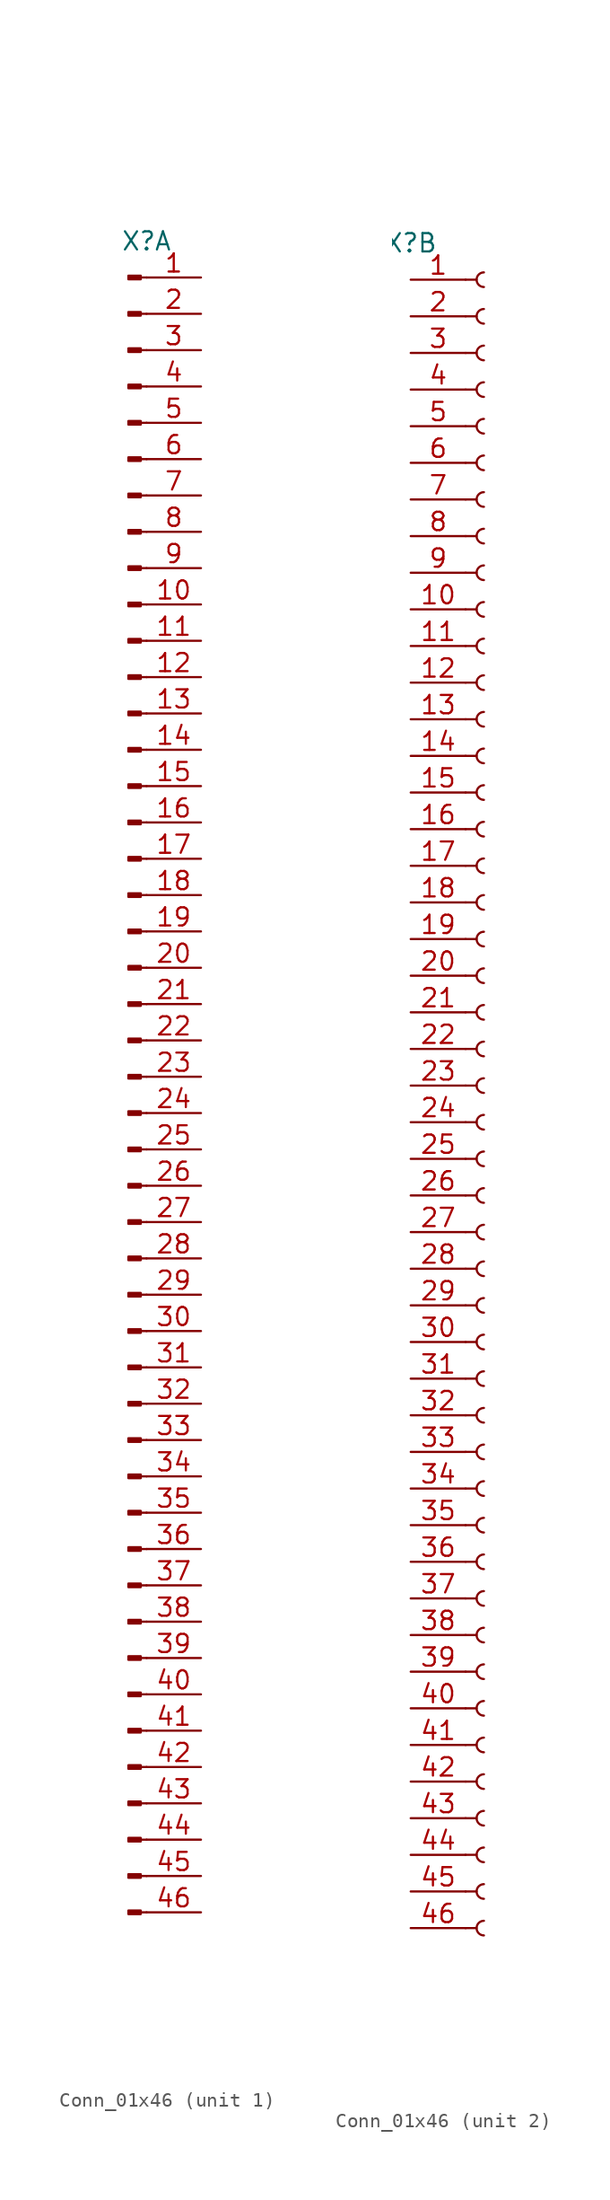
<source format=kicad_sym>
(kicad_symbol_lib
  (version 20241209)
  (generator "kicad_symbol_editor")
  (generator_version "9.0")
  (symbol "Conn_01x46"
    (pin_names
      (offset 1.016)
      (hide yes))
    (property "Reference" "X"
      (at 0 58.42 0)
      (effects (font (size 1.27 1.27))))
    (property "ki_locked" ""
      (at 0 0 0)
      (effects (font (size 1.27 1.27))))
    (symbol "Conn_01x46_1_1"
      (rectangle (start -0.406 56.007) (end -1.27 55.753) (stroke (width 0.152) (type default)) (fill (type outline)))
      (rectangle (start -0.406 53.467) (end -1.27 53.213) (stroke (width 0.152) (type default)) (fill (type outline)))
      (rectangle (start -0.406 50.927) (end -1.27 50.673) (stroke (width 0.152) (type default)) (fill (type outline)))
      (rectangle (start -0.406 48.387) (end -1.27 48.133) (stroke (width 0.152) (type default)) (fill (type outline)))
      (rectangle (start -0.406 45.847) (end -1.27 45.593) (stroke (width 0.152) (type default)) (fill (type outline)))
      (rectangle (start -0.406 43.307) (end -1.27 43.053) (stroke (width 0.152) (type default)) (fill (type outline)))
      (rectangle (start -0.406 40.767) (end -1.27 40.513) (stroke (width 0.152) (type default)) (fill (type outline)))
      (rectangle (start -0.406 38.227) (end -1.27 37.973) (stroke (width 0.152) (type default)) (fill (type outline)))
      (rectangle (start -0.406 35.687) (end -1.27 35.433) (stroke (width 0.152) (type default)) (fill (type outline)))
      (rectangle (start -0.406 33.147) (end -1.27 32.893) (stroke (width 0.152) (type default)) (fill (type outline)))
      (rectangle (start -0.406 30.607) (end -1.27 30.353) (stroke (width 0.152) (type default)) (fill (type outline)))
      (rectangle (start -0.406 28.067) (end -1.27 27.813) (stroke (width 0.152) (type default)) (fill (type outline)))
      (rectangle (start -0.406 25.527) (end -1.27 25.273) (stroke (width 0.152) (type default)) (fill (type outline)))
      (rectangle (start -0.406 22.987) (end -1.27 22.733) (stroke (width 0.152) (type default)) (fill (type outline)))
      (rectangle (start -0.406 20.447) (end -1.27 20.193) (stroke (width 0.152) (type default)) (fill (type outline)))
      (rectangle (start -0.406 17.907) (end -1.27 17.653) (stroke (width 0.152) (type default)) (fill (type outline)))
      (rectangle (start -0.406 15.367) (end -1.27 15.113) (stroke (width 0.152) (type default)) (fill (type outline)))
      (rectangle (start -0.406 12.827) (end -1.27 12.573) (stroke (width 0.152) (type default)) (fill (type outline)))
      (rectangle (start -0.406 10.287) (end -1.27 10.033) (stroke (width 0.152) (type default)) (fill (type outline)))
      (rectangle (start -0.406 7.747) (end -1.27 7.493) (stroke (width 0.152) (type default)) (fill (type outline)))
      (rectangle (start -0.406 5.207) (end -1.27 4.953) (stroke (width 0.152) (type default)) (fill (type outline)))
      (rectangle (start -0.406 2.667) (end -1.27 2.413) (stroke (width 0.152) (type default)) (fill (type outline)))
      (rectangle (start -0.406 0.127) (end -1.27 -0.127) (stroke (width 0.152) (type default)) (fill (type outline)))
      (rectangle (start -0.406 -2.413) (end -1.27 -2.667) (stroke (width 0.152) (type default)) (fill (type outline)))
      (rectangle (start -0.406 -4.953) (end -1.27 -5.207) (stroke (width 0.152) (type default)) (fill (type outline)))
      (rectangle (start -0.406 -7.493) (end -1.27 -7.747) (stroke (width 0.152) (type default)) (fill (type outline)))
      (rectangle (start -0.406 -10.033) (end -1.27 -10.287) (stroke (width 0.152) (type default)) (fill (type outline)))
      (rectangle (start -0.406 -12.573) (end -1.27 -12.827) (stroke (width 0.152) (type default)) (fill (type outline)))
      (rectangle (start -0.406 -15.113) (end -1.27 -15.367) (stroke (width 0.152) (type default)) (fill (type outline)))
      (rectangle (start -0.406 -17.653) (end -1.27 -17.907) (stroke (width 0.152) (type default)) (fill (type outline)))
      (rectangle (start -0.406 -20.193) (end -1.27 -20.447) (stroke (width 0.152) (type default)) (fill (type outline)))
      (rectangle (start -0.406 -22.733) (end -1.27 -22.987) (stroke (width 0.152) (type default)) (fill (type outline)))
      (rectangle (start -0.406 -25.273) (end -1.27 -25.527) (stroke (width 0.152) (type default)) (fill (type outline)))
      (rectangle (start -0.406 -27.813) (end -1.27 -28.067) (stroke (width 0.152) (type default)) (fill (type outline)))
      (rectangle (start -0.406 -30.353) (end -1.27 -30.607) (stroke (width 0.152) (type default)) (fill (type outline)))
      (rectangle (start -0.406 -32.893) (end -1.27 -33.147) (stroke (width 0.152) (type default)) (fill (type outline)))
      (rectangle (start -0.406 -35.433) (end -1.27 -35.687) (stroke (width 0.152) (type default)) (fill (type outline)))
      (rectangle (start -0.406 -37.973) (end -1.27 -38.227) (stroke (width 0.152) (type default)) (fill (type outline)))
      (rectangle (start -0.406 -40.513) (end -1.27 -40.767) (stroke (width 0.152) (type default)) (fill (type outline)))
      (rectangle (start -0.406 -43.053) (end -1.27 -43.307) (stroke (width 0.152) (type default)) (fill (type outline)))
      (rectangle (start -0.406 -45.593) (end -1.27 -45.847) (stroke (width 0.152) (type default)) (fill (type outline)))
      (rectangle (start -0.406 -48.133) (end -1.27 -48.387) (stroke (width 0.152) (type default)) (fill (type outline)))
      (rectangle (start -0.406 -50.673) (end -1.27 -50.927) (stroke (width 0.152) (type default)) (fill (type outline)))
      (rectangle (start -0.406 -53.213) (end -1.27 -53.467) (stroke (width 0.152) (type default)) (fill (type outline)))
      (rectangle (start -0.406 -55.753) (end -1.27 -56.007) (stroke (width 0.152) (type default)) (fill (type outline)))
      (rectangle (start -0.406 -58.293) (end -1.27 -58.547) (stroke (width 0.152) (type default)) (fill (type outline)))
      (polyline (pts (xy 0 55.88) (xy -0.406 55.88)) (stroke (width 0.152) (type default)) (fill (type none)))
      (polyline (pts (xy 0 53.34) (xy -0.406 53.34)) (stroke (width 0.152) (type default)) (fill (type none)))
      (polyline (pts (xy 0 50.8) (xy -0.406 50.8)) (stroke (width 0.152) (type default)) (fill (type none)))
      (polyline (pts (xy 0 48.26) (xy -0.406 48.26)) (stroke (width 0.152) (type default)) (fill (type none)))
      (polyline (pts (xy 0 45.72) (xy -0.406 45.72)) (stroke (width 0.152) (type default)) (fill (type none)))
      (polyline (pts (xy 0 43.18) (xy -0.406 43.18)) (stroke (width 0.152) (type default)) (fill (type none)))
      (polyline (pts (xy 0 40.64) (xy -0.406 40.64)) (stroke (width 0.152) (type default)) (fill (type none)))
      (polyline (pts (xy 0 38.1) (xy -0.406 38.1)) (stroke (width 0.152) (type default)) (fill (type none)))
      (polyline (pts (xy 0 35.56) (xy -0.406 35.56)) (stroke (width 0.152) (type default)) (fill (type none)))
      (polyline (pts (xy 0 33.02) (xy -0.406 33.02)) (stroke (width 0.152) (type default)) (fill (type none)))
      (polyline (pts (xy 0 30.48) (xy -0.406 30.48)) (stroke (width 0.152) (type default)) (fill (type none)))
      (polyline (pts (xy 0 27.94) (xy -0.406 27.94)) (stroke (width 0.152) (type default)) (fill (type none)))
      (polyline (pts (xy 0 25.4) (xy -0.406 25.4)) (stroke (width 0.152) (type default)) (fill (type none)))
      (polyline (pts (xy 0 22.86) (xy -0.406 22.86)) (stroke (width 0.152) (type default)) (fill (type none)))
      (polyline (pts (xy 0 20.32) (xy -0.406 20.32)) (stroke (width 0.152) (type default)) (fill (type none)))
      (polyline (pts (xy 0 17.78) (xy -0.406 17.78)) (stroke (width 0.152) (type default)) (fill (type none)))
      (polyline (pts (xy 0 15.24) (xy -0.406 15.24)) (stroke (width 0.152) (type default)) (fill (type none)))
      (polyline (pts (xy 0 12.7) (xy -0.406 12.7)) (stroke (width 0.152) (type default)) (fill (type none)))
      (polyline (pts (xy 0 10.16) (xy -0.406 10.16)) (stroke (width 0.152) (type default)) (fill (type none)))
      (polyline (pts (xy 0 7.62) (xy -0.406 7.62)) (stroke (width 0.152) (type default)) (fill (type none)))
      (polyline (pts (xy 0 5.08) (xy -0.406 5.08)) (stroke (width 0.152) (type default)) (fill (type none)))
      (polyline (pts (xy 0 2.54) (xy -0.406 2.54)) (stroke (width 0.152) (type default)) (fill (type none)))
      (polyline (pts (xy 0 0) (xy -0.406 0)) (stroke (width 0.152) (type default)) (fill (type none)))
      (polyline (pts (xy 0 -2.54) (xy -0.406 -2.54)) (stroke (width 0.152) (type default)) (fill (type none)))
      (polyline (pts (xy 0 -5.08) (xy -0.406 -5.08)) (stroke (width 0.152) (type default)) (fill (type none)))
      (polyline (pts (xy 0 -7.62) (xy -0.406 -7.62)) (stroke (width 0.152) (type default)) (fill (type none)))
      (polyline (pts (xy 0 -10.16) (xy -0.406 -10.16)) (stroke (width 0.152) (type default)) (fill (type none)))
      (polyline (pts (xy 0 -12.7) (xy -0.406 -12.7)) (stroke (width 0.152) (type default)) (fill (type none)))
      (polyline (pts (xy 0 -15.24) (xy -0.406 -15.24)) (stroke (width 0.152) (type default)) (fill (type none)))
      (polyline (pts (xy 0 -17.78) (xy -0.406 -17.78)) (stroke (width 0.152) (type default)) (fill (type none)))
      (polyline (pts (xy 0 -20.32) (xy -0.406 -20.32)) (stroke (width 0.152) (type default)) (fill (type none)))
      (polyline (pts (xy 0 -22.86) (xy -0.406 -22.86)) (stroke (width 0.152) (type default)) (fill (type none)))
      (polyline (pts (xy 0 -25.4) (xy -0.406 -25.4)) (stroke (width 0.152) (type default)) (fill (type none)))
      (polyline (pts (xy 0 -27.94) (xy -0.406 -27.94)) (stroke (width 0.152) (type default)) (fill (type none)))
      (polyline (pts (xy 0 -30.48) (xy -0.406 -30.48)) (stroke (width 0.152) (type default)) (fill (type none)))
      (polyline (pts (xy 0 -33.02) (xy -0.406 -33.02)) (stroke (width 0.152) (type default)) (fill (type none)))
      (polyline (pts (xy 0 -35.56) (xy -0.406 -35.56)) (stroke (width 0.152) (type default)) (fill (type none)))
      (polyline (pts (xy 0 -38.1) (xy -0.406 -38.1)) (stroke (width 0.152) (type default)) (fill (type none)))
      (polyline (pts (xy 0 -40.64) (xy -0.406 -40.64)) (stroke (width 0.152) (type default)) (fill (type none)))
      (polyline (pts (xy 0 -43.18) (xy -0.406 -43.18)) (stroke (width 0.152) (type default)) (fill (type none)))
      (polyline (pts (xy 0 -45.72) (xy -0.406 -45.72)) (stroke (width 0.152) (type default)) (fill (type none)))
      (polyline (pts (xy 0 -48.26) (xy -0.406 -48.26)) (stroke (width 0.152) (type default)) (fill (type none)))
      (polyline (pts (xy 0 -50.8) (xy -0.406 -50.8)) (stroke (width 0.152) (type default)) (fill (type none)))
      (polyline (pts (xy 0 -53.34) (xy -0.406 -53.34)) (stroke (width 0.152) (type default)) (fill (type none)))
      (polyline (pts (xy 0 -55.88) (xy -0.406 -55.88)) (stroke (width 0.152) (type default)) (fill (type none)))
      (polyline (pts (xy 0 -58.42) (xy -0.406 -58.42)) (stroke (width 0.152) (type default)) (fill (type none)))
      (pin passive line (at 3.81 55.88 180) (length 3.81) (name "Pin_1" (effects (font (size 1.27 1.27)))) (number "1" (effects (font (size 1.27 1.27)))))
      (pin passive line (at 3.81 53.34 180) (length 3.81) (name "Pin_2" (effects (font (size 1.27 1.27)))) (number "2" (effects (font (size 1.27 1.27)))))
      (pin passive line (at 3.81 50.8 180) (length 3.81) (name "Pin_3" (effects (font (size 1.27 1.27)))) (number "3" (effects (font (size 1.27 1.27)))))
      (pin passive line (at 3.81 48.26 180) (length 3.81) (name "Pin_4" (effects (font (size 1.27 1.27)))) (number "4" (effects (font (size 1.27 1.27)))))
      (pin passive line (at 3.81 45.72 180) (length 3.81) (name "Pin_5" (effects (font (size 1.27 1.27)))) (number "5" (effects (font (size 1.27 1.27)))))
      (pin passive line (at 3.81 43.18 180) (length 3.81) (name "Pin_6" (effects (font (size 1.27 1.27)))) (number "6" (effects (font (size 1.27 1.27)))))
      (pin passive line (at 3.81 40.64 180) (length 3.81) (name "Pin_7" (effects (font (size 1.27 1.27)))) (number "7" (effects (font (size 1.27 1.27)))))
      (pin passive line (at 3.81 38.1 180) (length 3.81) (name "Pin_8" (effects (font (size 1.27 1.27)))) (number "8" (effects (font (size 1.27 1.27)))))
      (pin passive line (at 3.81 35.56 180) (length 3.81) (name "Pin_9" (effects (font (size 1.27 1.27)))) (number "9" (effects (font (size 1.27 1.27)))))
      (pin passive line (at 3.81 33.02 180) (length 3.81) (name "Pin_10" (effects (font (size 1.27 1.27)))) (number "10" (effects (font (size 1.27 1.27)))))
      (pin passive line (at 3.81 30.48 180) (length 3.81) (name "Pin_11" (effects (font (size 1.27 1.27)))) (number "11" (effects (font (size 1.27 1.27)))))
      (pin passive line (at 3.81 27.94 180) (length 3.81) (name "Pin_12" (effects (font (size 1.27 1.27)))) (number "12" (effects (font (size 1.27 1.27)))))
      (pin passive line (at 3.81 25.4 180) (length 3.81) (name "Pin_13" (effects (font (size 1.27 1.27)))) (number "13" (effects (font (size 1.27 1.27)))))
      (pin passive line (at 3.81 22.86 180) (length 3.81) (name "Pin_14" (effects (font (size 1.27 1.27)))) (number "14" (effects (font (size 1.27 1.27)))))
      (pin passive line (at 3.81 20.32 180) (length 3.81) (name "Pin_15" (effects (font (size 1.27 1.27)))) (number "15" (effects (font (size 1.27 1.27)))))
      (pin passive line (at 3.81 17.78 180) (length 3.81) (name "Pin_16" (effects (font (size 1.27 1.27)))) (number "16" (effects (font (size 1.27 1.27)))))
      (pin passive line (at 3.81 15.24 180) (length 3.81) (name "Pin_17" (effects (font (size 1.27 1.27)))) (number "17" (effects (font (size 1.27 1.27)))))
      (pin passive line (at 3.81 12.7 180) (length 3.81) (name "Pin_18" (effects (font (size 1.27 1.27)))) (number "18" (effects (font (size 1.27 1.27)))))
      (pin passive line (at 3.81 10.16 180) (length 3.81) (name "Pin_19" (effects (font (size 1.27 1.27)))) (number "19" (effects (font (size 1.27 1.27)))))
      (pin passive line (at 3.81 7.62 180) (length 3.81) (name "Pin_20" (effects (font (size 1.27 1.27)))) (number "20" (effects (font (size 1.27 1.27)))))
      (pin passive line (at 3.81 5.08 180) (length 3.81) (name "Pin_21" (effects (font (size 1.27 1.27)))) (number "21" (effects (font (size 1.27 1.27)))))
      (pin passive line (at 3.81 2.54 180) (length 3.81) (name "Pin_22" (effects (font (size 1.27 1.27)))) (number "22" (effects (font (size 1.27 1.27)))))
      (pin passive line (at 3.81 0 180) (length 3.81) (name "Pin_23" (effects (font (size 1.27 1.27)))) (number "23" (effects (font (size 1.27 1.27)))))
      (pin passive line (at 3.81 -2.54 180) (length 3.81) (name "Pin_24" (effects (font (size 1.27 1.27)))) (number "24" (effects (font (size 1.27 1.27)))))
      (pin passive line (at 3.81 -5.08 180) (length 3.81) (name "Pin_25" (effects (font (size 1.27 1.27)))) (number "25" (effects (font (size 1.27 1.27)))))
      (pin passive line (at 3.81 -7.62 180) (length 3.81) (name "Pin_26" (effects (font (size 1.27 1.27)))) (number "26" (effects (font (size 1.27 1.27)))))
      (pin passive line (at 3.81 -10.16 180) (length 3.81) (name "Pin_27" (effects (font (size 1.27 1.27)))) (number "27" (effects (font (size 1.27 1.27)))))
      (pin passive line (at 3.81 -12.7 180) (length 3.81) (name "Pin_28" (effects (font (size 1.27 1.27)))) (number "28" (effects (font (size 1.27 1.27)))))
      (pin passive line (at 3.81 -15.24 180) (length 3.81) (name "Pin_29" (effects (font (size 1.27 1.27)))) (number "29" (effects (font (size 1.27 1.27)))))
      (pin passive line (at 3.81 -17.78 180) (length 3.81) (name "Pin_30" (effects (font (size 1.27 1.27)))) (number "30" (effects (font (size 1.27 1.27)))))
      (pin passive line (at 3.81 -20.32 180) (length 3.81) (name "Pin_31" (effects (font (size 1.27 1.27)))) (number "31" (effects (font (size 1.27 1.27)))))
      (pin passive line (at 3.81 -22.86 180) (length 3.81) (name "Pin_32" (effects (font (size 1.27 1.27)))) (number "32" (effects (font (size 1.27 1.27)))))
      (pin passive line (at 3.81 -25.4 180) (length 3.81) (name "Pin_33" (effects (font (size 1.27 1.27)))) (number "33" (effects (font (size 1.27 1.27)))))
      (pin passive line (at 3.81 -27.94 180) (length 3.81) (name "Pin_34" (effects (font (size 1.27 1.27)))) (number "34" (effects (font (size 1.27 1.27)))))
      (pin passive line (at 3.81 -30.48 180) (length 3.81) (name "Pin_35" (effects (font (size 1.27 1.27)))) (number "35" (effects (font (size 1.27 1.27)))))
      (pin passive line (at 3.81 -33.02 180) (length 3.81) (name "Pin_36" (effects (font (size 1.27 1.27)))) (number "36" (effects (font (size 1.27 1.27)))))
      (pin passive line (at 3.81 -35.56 180) (length 3.81) (name "Pin_37" (effects (font (size 1.27 1.27)))) (number "37" (effects (font (size 1.27 1.27)))))
      (pin passive line (at 3.81 -38.1 180) (length 3.81) (name "Pin_38" (effects (font (size 1.27 1.27)))) (number "38" (effects (font (size 1.27 1.27)))))
      (pin passive line (at 3.81 -40.64 180) (length 3.81) (name "Pin_39" (effects (font (size 1.27 1.27)))) (number "39" (effects (font (size 1.27 1.27)))))
      (pin passive line (at 3.81 -43.18 180) (length 3.81) (name "Pin_40" (effects (font (size 1.27 1.27)))) (number "40" (effects (font (size 1.27 1.27)))))
      (pin passive line (at 3.81 -45.72 180) (length 3.81) (name "Pin_41" (effects (font (size 1.27 1.27)))) (number "41" (effects (font (size 1.27 1.27)))))
      (pin passive line (at 3.81 -48.26 180) (length 3.81) (name "Pin_42" (effects (font (size 1.27 1.27)))) (number "42" (effects (font (size 1.27 1.27)))))
      (pin passive line (at 3.81 -50.8 180) (length 3.81) (name "Pin_43" (effects (font (size 1.27 1.27)))) (number "43" (effects (font (size 1.27 1.27)))))
      (pin passive line (at 3.81 -53.34 180) (length 3.81) (name "Pin_44" (effects (font (size 1.27 1.27)))) (number "44" (effects (font (size 1.27 1.27)))))
      (pin passive line (at 3.81 -55.88 180) (length 3.81) (name "Pin_45" (effects (font (size 1.27 1.27)))) (number "45" (effects (font (size 1.27 1.27)))))
      (pin passive line (at 3.81 -58.42 180) (length 3.81) (name "Pin_46" (effects (font (size 1.27 1.27)))) (number "46" (effects (font (size 1.27 1.27))))))
    (symbol "Conn_01x46_2_1"
      (polyline (pts (xy 3.81 55.88) (xy 4.572 55.88)) (stroke (width 0.152) (type default)) (fill (type none)))
      (polyline (pts (xy 3.81 53.34) (xy 4.572 53.34)) (stroke (width 0.152) (type default)) (fill (type none)))
      (polyline (pts (xy 3.81 50.8) (xy 4.572 50.8)) (stroke (width 0.152) (type default)) (fill (type none)))
      (polyline (pts (xy 3.81 48.26) (xy 4.572 48.26)) (stroke (width 0.152) (type default)) (fill (type none)))
      (polyline (pts (xy 3.81 45.72) (xy 4.572 45.72)) (stroke (width 0.152) (type default)) (fill (type none)))
      (polyline (pts (xy 3.81 43.18) (xy 4.572 43.18)) (stroke (width 0.152) (type default)) (fill (type none)))
      (polyline (pts (xy 3.81 40.64) (xy 4.572 40.64)) (stroke (width 0.152) (type default)) (fill (type none)))
      (polyline (pts (xy 3.81 38.1) (xy 4.572 38.1)) (stroke (width 0.152) (type default)) (fill (type none)))
      (polyline (pts (xy 3.81 35.56) (xy 4.572 35.56)) (stroke (width 0.152) (type default)) (fill (type none)))
      (polyline (pts (xy 3.81 33.02) (xy 4.572 33.02)) (stroke (width 0.152) (type default)) (fill (type none)))
      (polyline (pts (xy 3.81 30.48) (xy 4.572 30.48)) (stroke (width 0.152) (type default)) (fill (type none)))
      (polyline (pts (xy 3.81 27.94) (xy 4.572 27.94)) (stroke (width 0.152) (type default)) (fill (type none)))
      (polyline (pts (xy 3.81 25.4) (xy 4.572 25.4)) (stroke (width 0.152) (type default)) (fill (type none)))
      (polyline (pts (xy 3.81 22.86) (xy 4.572 22.86)) (stroke (width 0.152) (type default)) (fill (type none)))
      (polyline (pts (xy 3.81 20.32) (xy 4.572 20.32)) (stroke (width 0.152) (type default)) (fill (type none)))
      (polyline (pts (xy 3.81 17.78) (xy 4.572 17.78)) (stroke (width 0.152) (type default)) (fill (type none)))
      (polyline (pts (xy 3.81 15.24) (xy 4.572 15.24)) (stroke (width 0.152) (type default)) (fill (type none)))
      (polyline (pts (xy 3.81 12.7) (xy 4.572 12.7)) (stroke (width 0.152) (type default)) (fill (type none)))
      (polyline (pts (xy 3.81 10.16) (xy 4.572 10.16)) (stroke (width 0.152) (type default)) (fill (type none)))
      (polyline (pts (xy 3.81 7.62) (xy 4.572 7.62)) (stroke (width 0.152) (type default)) (fill (type none)))
      (polyline (pts (xy 3.81 5.08) (xy 4.572 5.08)) (stroke (width 0.152) (type default)) (fill (type none)))
      (polyline (pts (xy 3.81 2.54) (xy 4.572 2.54)) (stroke (width 0.152) (type default)) (fill (type none)))
      (polyline (pts (xy 3.81 0) (xy 4.572 0)) (stroke (width 0.152) (type default)) (fill (type none)))
      (polyline (pts (xy 3.81 -2.54) (xy 4.572 -2.54)) (stroke (width 0.152) (type default)) (fill (type none)))
      (polyline (pts (xy 3.81 -5.08) (xy 4.572 -5.08)) (stroke (width 0.152) (type default)) (fill (type none)))
      (polyline (pts (xy 3.81 -7.62) (xy 4.572 -7.62)) (stroke (width 0.152) (type default)) (fill (type none)))
      (polyline (pts (xy 3.81 -10.16) (xy 4.572 -10.16)) (stroke (width 0.152) (type default)) (fill (type none)))
      (polyline (pts (xy 3.81 -12.7) (xy 4.572 -12.7)) (stroke (width 0.152) (type default)) (fill (type none)))
      (polyline (pts (xy 3.81 -15.24) (xy 4.572 -15.24)) (stroke (width 0.152) (type default)) (fill (type none)))
      (polyline (pts (xy 3.81 -17.78) (xy 4.572 -17.78)) (stroke (width 0.152) (type default)) (fill (type none)))
      (polyline (pts (xy 3.81 -20.32) (xy 4.572 -20.32)) (stroke (width 0.152) (type default)) (fill (type none)))
      (polyline (pts (xy 3.81 -22.86) (xy 4.572 -22.86)) (stroke (width 0.152) (type default)) (fill (type none)))
      (polyline (pts (xy 3.81 -25.4) (xy 4.572 -25.4)) (stroke (width 0.152) (type default)) (fill (type none)))
      (polyline (pts (xy 3.81 -27.94) (xy 4.572 -27.94)) (stroke (width 0.152) (type default)) (fill (type none)))
      (polyline (pts (xy 3.81 -30.48) (xy 4.572 -30.48)) (stroke (width 0.152) (type default)) (fill (type none)))
      (polyline (pts (xy 3.81 -33.02) (xy 4.572 -33.02)) (stroke (width 0.152) (type default)) (fill (type none)))
      (polyline (pts (xy 3.81 -35.56) (xy 4.572 -35.56)) (stroke (width 0.152) (type default)) (fill (type none)))
      (polyline (pts (xy 3.81 -38.1) (xy 4.572 -38.1)) (stroke (width 0.152) (type default)) (fill (type none)))
      (polyline (pts (xy 3.81 -40.64) (xy 4.572 -40.64)) (stroke (width 0.152) (type default)) (fill (type none)))
      (polyline (pts (xy 3.81 -43.18) (xy 4.572 -43.18)) (stroke (width 0.152) (type default)) (fill (type none)))
      (polyline (pts (xy 3.81 -45.72) (xy 4.572 -45.72)) (stroke (width 0.152) (type default)) (fill (type none)))
      (polyline (pts (xy 3.81 -48.26) (xy 4.572 -48.26)) (stroke (width 0.152) (type default)) (fill (type none)))
      (polyline (pts (xy 3.81 -50.8) (xy 4.572 -50.8)) (stroke (width 0.152) (type default)) (fill (type none)))
      (polyline (pts (xy 3.81 -53.34) (xy 4.572 -53.34)) (stroke (width 0.152) (type default)) (fill (type none)))
      (polyline (pts (xy 3.81 -55.88) (xy 4.572 -55.88)) (stroke (width 0.152) (type default)) (fill (type none)))
      (polyline (pts (xy 3.81 -58.42) (xy 4.572 -58.42)) (stroke (width 0.152) (type default)) (fill (type none)))
      (arc (start 5.08 55.372) (mid 4.5742 55.88) (end 5.08 56.388) (stroke (width 0.1524) (type default)) (fill (type none)))
      (arc (start 5.08 52.832) (mid 4.5742 53.34) (end 5.08 53.848) (stroke (width 0.1524) (type default)) (fill (type none)))
      (arc (start 5.08 50.292) (mid 4.5742 50.8) (end 5.08 51.308) (stroke (width 0.1524) (type default)) (fill (type none)))
      (arc (start 5.08 47.752) (mid 4.5742 48.26) (end 5.08 48.768) (stroke (width 0.1524) (type default)) (fill (type none)))
      (arc (start 5.08 45.212) (mid 4.5742 45.72) (end 5.08 46.228) (stroke (width 0.1524) (type default)) (fill (type none)))
      (arc (start 5.08 42.672) (mid 4.5742 43.18) (end 5.08 43.688) (stroke (width 0.1524) (type default)) (fill (type none)))
      (arc (start 5.08 40.132) (mid 4.5742 40.64) (end 5.08 41.148) (stroke (width 0.1524) (type default)) (fill (type none)))
      (arc (start 5.08 37.592) (mid 4.5742 38.1) (end 5.08 38.608) (stroke (width 0.1524) (type default)) (fill (type none)))
      (arc (start 5.08 35.052) (mid 4.5742 35.56) (end 5.08 36.068) (stroke (width 0.1524) (type default)) (fill (type none)))
      (arc (start 5.08 32.512) (mid 4.5742 33.02) (end 5.08 33.528) (stroke (width 0.1524) (type default)) (fill (type none)))
      (arc (start 5.08 29.972) (mid 4.5742 30.48) (end 5.08 30.988) (stroke (width 0.1524) (type default)) (fill (type none)))
      (arc (start 5.08 27.432) (mid 4.5742 27.94) (end 5.08 28.448) (stroke (width 0.1524) (type default)) (fill (type none)))
      (arc (start 5.08 24.892) (mid 4.5742 25.4) (end 5.08 25.908) (stroke (width 0.1524) (type default)) (fill (type none)))
      (arc (start 5.08 22.352) (mid 4.5742 22.86) (end 5.08 23.368) (stroke (width 0.1524) (type default)) (fill (type none)))
      (arc (start 5.08 19.812) (mid 4.5742 20.32) (end 5.08 20.828) (stroke (width 0.1524) (type default)) (fill (type none)))
      (arc (start 5.08 17.272) (mid 4.5742 17.78) (end 5.08 18.288) (stroke (width 0.1524) (type default)) (fill (type none)))
      (arc (start 5.08 14.732) (mid 4.5742 15.24) (end 5.08 15.748) (stroke (width 0.1524) (type default)) (fill (type none)))
      (arc (start 5.08 12.192) (mid 4.5742 12.7) (end 5.08 13.208) (stroke (width 0.1524) (type default)) (fill (type none)))
      (arc (start 5.08 9.652) (mid 4.5742 10.16) (end 5.08 10.668) (stroke (width 0.1524) (type default)) (fill (type none)))
      (arc (start 5.08 7.112) (mid 4.5742 7.62) (end 5.08 8.128) (stroke (width 0.1524) (type default)) (fill (type none)))
      (arc (start 5.08 4.572) (mid 4.5742 5.08) (end 5.08 5.588) (stroke (width 0.1524) (type default)) (fill (type none)))
      (arc (start 5.08 2.032) (mid 4.5742 2.54) (end 5.08 3.048) (stroke (width 0.1524) (type default)) (fill (type none)))
      (arc (start 5.08 -0.508) (mid 4.5742 0) (end 5.08 0.508) (stroke (width 0.1524) (type default)) (fill (type none)))
      (arc (start 5.08 -3.048) (mid 4.5742 -2.54) (end 5.08 -2.032) (stroke (width 0.1524) (type default)) (fill (type none)))
      (arc (start 5.08 -5.588) (mid 4.5742 -5.08) (end 5.08 -4.572) (stroke (width 0.1524) (type default)) (fill (type none)))
      (arc (start 5.08 -8.128) (mid 4.5742 -7.62) (end 5.08 -7.112) (stroke (width 0.1524) (type default)) (fill (type none)))
      (arc (start 5.08 -10.668) (mid 4.5742 -10.16) (end 5.08 -9.652) (stroke (width 0.1524) (type default)) (fill (type none)))
      (arc (start 5.08 -13.208) (mid 4.5742 -12.7) (end 5.08 -12.192) (stroke (width 0.1524) (type default)) (fill (type none)))
      (arc (start 5.08 -15.748) (mid 4.5742 -15.24) (end 5.08 -14.732) (stroke (width 0.1524) (type default)) (fill (type none)))
      (arc (start 5.08 -18.288) (mid 4.5742 -17.78) (end 5.08 -17.272) (stroke (width 0.1524) (type default)) (fill (type none)))
      (arc (start 5.08 -20.828) (mid 4.5742 -20.32) (end 5.08 -19.812) (stroke (width 0.1524) (type default)) (fill (type none)))
      (arc (start 5.08 -23.368) (mid 4.5742 -22.86) (end 5.08 -22.352) (stroke (width 0.1524) (type default)) (fill (type none)))
      (arc (start 5.08 -25.908) (mid 4.5742 -25.4) (end 5.08 -24.892) (stroke (width 0.1524) (type default)) (fill (type none)))
      (arc (start 5.08 -28.448) (mid 4.5742 -27.94) (end 5.08 -27.432) (stroke (width 0.1524) (type default)) (fill (type none)))
      (arc (start 5.08 -30.988) (mid 4.5742 -30.48) (end 5.08 -29.972) (stroke (width 0.1524) (type default)) (fill (type none)))
      (arc (start 5.08 -33.528) (mid 4.5742 -33.02) (end 5.08 -32.512) (stroke (width 0.1524) (type default)) (fill (type none)))
      (arc (start 5.08 -36.068) (mid 4.5742 -35.56) (end 5.08 -35.052) (stroke (width 0.1524) (type default)) (fill (type none)))
      (arc (start 5.08 -38.608) (mid 4.5742 -38.1) (end 5.08 -37.592) (stroke (width 0.1524) (type default)) (fill (type none)))
      (arc (start 5.08 -41.148) (mid 4.5742 -40.64) (end 5.08 -40.132) (stroke (width 0.1524) (type default)) (fill (type none)))
      (arc (start 5.08 -43.688) (mid 4.5742 -43.18) (end 5.08 -42.672) (stroke (width 0.1524) (type default)) (fill (type none)))
      (arc (start 5.08 -46.228) (mid 4.5742 -45.72) (end 5.08 -45.212) (stroke (width 0.1524) (type default)) (fill (type none)))
      (arc (start 5.08 -48.768) (mid 4.5742 -48.26) (end 5.08 -47.752) (stroke (width 0.1524) (type default)) (fill (type none)))
      (arc (start 5.08 -51.308) (mid 4.5742 -50.8) (end 5.08 -50.292) (stroke (width 0.1524) (type default)) (fill (type none)))
      (arc (start 5.08 -53.848) (mid 4.5742 -53.34) (end 5.08 -52.832) (stroke (width 0.1524) (type default)) (fill (type none)))
      (arc (start 5.08 -56.388) (mid 4.5742 -55.88) (end 5.08 -55.372) (stroke (width 0.1524) (type default)) (fill (type none)))
      (arc (start 5.08 -58.928) (mid 4.5742 -58.42) (end 5.08 -57.912) (stroke (width 0.1524) (type default)) (fill (type none)))
      (pin passive line (at 0 55.88 0) (length 3.81) (name "Pin_1" (effects (font (size 1.27 1.27)))) (number "1" (effects (font (size 1.27 1.27)))))
      (pin passive line (at 0 53.34 0) (length 3.81) (name "Pin_2" (effects (font (size 1.27 1.27)))) (number "2" (effects (font (size 1.27 1.27)))))
      (pin passive line (at 0 50.8 0) (length 3.81) (name "Pin_3" (effects (font (size 1.27 1.27)))) (number "3" (effects (font (size 1.27 1.27)))))
      (pin passive line (at 0 48.26 0) (length 3.81) (name "Pin_4" (effects (font (size 1.27 1.27)))) (number "4" (effects (font (size 1.27 1.27)))))
      (pin passive line (at 0 45.72 0) (length 3.81) (name "Pin_5" (effects (font (size 1.27 1.27)))) (number "5" (effects (font (size 1.27 1.27)))))
      (pin passive line (at 0 43.18 0) (length 3.81) (name "Pin_6" (effects (font (size 1.27 1.27)))) (number "6" (effects (font (size 1.27 1.27)))))
      (pin passive line (at 0 40.64 0) (length 3.81) (name "Pin_7" (effects (font (size 1.27 1.27)))) (number "7" (effects (font (size 1.27 1.27)))))
      (pin passive line (at 0 38.1 0) (length 3.81) (name "Pin_8" (effects (font (size 1.27 1.27)))) (number "8" (effects (font (size 1.27 1.27)))))
      (pin passive line (at 0 35.56 0) (length 3.81) (name "Pin_9" (effects (font (size 1.27 1.27)))) (number "9" (effects (font (size 1.27 1.27)))))
      (pin passive line (at 0 33.02 0) (length 3.81) (name "Pin_10" (effects (font (size 1.27 1.27)))) (number "10" (effects (font (size 1.27 1.27)))))
      (pin passive line (at 0 30.48 0) (length 3.81) (name "Pin_11" (effects (font (size 1.27 1.27)))) (number "11" (effects (font (size 1.27 1.27)))))
      (pin passive line (at 0 27.94 0) (length 3.81) (name "Pin_12" (effects (font (size 1.27 1.27)))) (number "12" (effects (font (size 1.27 1.27)))))
      (pin passive line (at 0 25.4 0) (length 3.81) (name "Pin_13" (effects (font (size 1.27 1.27)))) (number "13" (effects (font (size 1.27 1.27)))))
      (pin passive line (at 0 22.86 0) (length 3.81) (name "Pin_14" (effects (font (size 1.27 1.27)))) (number "14" (effects (font (size 1.27 1.27)))))
      (pin passive line (at 0 20.32 0) (length 3.81) (name "Pin_15" (effects (font (size 1.27 1.27)))) (number "15" (effects (font (size 1.27 1.27)))))
      (pin passive line (at 0 17.78 0) (length 3.81) (name "Pin_16" (effects (font (size 1.27 1.27)))) (number "16" (effects (font (size 1.27 1.27)))))
      (pin passive line (at 0 15.24 0) (length 3.81) (name "Pin_17" (effects (font (size 1.27 1.27)))) (number "17" (effects (font (size 1.27 1.27)))))
      (pin passive line (at 0 12.7 0) (length 3.81) (name "Pin_18" (effects (font (size 1.27 1.27)))) (number "18" (effects (font (size 1.27 1.27)))))
      (pin passive line (at 0 10.16 0) (length 3.81) (name "Pin_19" (effects (font (size 1.27 1.27)))) (number "19" (effects (font (size 1.27 1.27)))))
      (pin passive line (at 0 7.62 0) (length 3.81) (name "Pin_20" (effects (font (size 1.27 1.27)))) (number "20" (effects (font (size 1.27 1.27)))))
      (pin passive line (at 0 5.08 0) (length 3.81) (name "Pin_21" (effects (font (size 1.27 1.27)))) (number "21" (effects (font (size 1.27 1.27)))))
      (pin passive line (at 0 2.54 0) (length 3.81) (name "Pin_22" (effects (font (size 1.27 1.27)))) (number "22" (effects (font (size 1.27 1.27)))))
      (pin passive line (at 0 0 0) (length 3.81) (name "Pin_23" (effects (font (size 1.27 1.27)))) (number "23" (effects (font (size 1.27 1.27)))))
      (pin passive line (at 0 -2.54 0) (length 3.81) (name "Pin_24" (effects (font (size 1.27 1.27)))) (number "24" (effects (font (size 1.27 1.27)))))
      (pin passive line (at 0 -5.08 0) (length 3.81) (name "Pin_25" (effects (font (size 1.27 1.27)))) (number "25" (effects (font (size 1.27 1.27)))))
      (pin passive line (at 0 -7.62 0) (length 3.81) (name "Pin_26" (effects (font (size 1.27 1.27)))) (number "26" (effects (font (size 1.27 1.27)))))
      (pin passive line (at 0 -10.16 0) (length 3.81) (name "Pin_27" (effects (font (size 1.27 1.27)))) (number "27" (effects (font (size 1.27 1.27)))))
      (pin passive line (at 0 -12.7 0) (length 3.81) (name "Pin_28" (effects (font (size 1.27 1.27)))) (number "28" (effects (font (size 1.27 1.27)))))
      (pin passive line (at 0 -15.24 0) (length 3.81) (name "Pin_29" (effects (font (size 1.27 1.27)))) (number "29" (effects (font (size 1.27 1.27)))))
      (pin passive line (at 0 -17.78 0) (length 3.81) (name "Pin_30" (effects (font (size 1.27 1.27)))) (number "30" (effects (font (size 1.27 1.27)))))
      (pin passive line (at 0 -20.32 0) (length 3.81) (name "Pin_31" (effects (font (size 1.27 1.27)))) (number "31" (effects (font (size 1.27 1.27)))))
      (pin passive line (at 0 -22.86 0) (length 3.81) (name "Pin_32" (effects (font (size 1.27 1.27)))) (number "32" (effects (font (size 1.27 1.27)))))
      (pin passive line (at 0 -25.4 0) (length 3.81) (name "Pin_33" (effects (font (size 1.27 1.27)))) (number "33" (effects (font (size 1.27 1.27)))))
      (pin passive line (at 0 -27.94 0) (length 3.81) (name "Pin_34" (effects (font (size 1.27 1.27)))) (number "34" (effects (font (size 1.27 1.27)))))
      (pin passive line (at 0 -30.48 0) (length 3.81) (name "Pin_35" (effects (font (size 1.27 1.27)))) (number "35" (effects (font (size 1.27 1.27)))))
      (pin passive line (at 0 -33.02 0) (length 3.81) (name "Pin_36" (effects (font (size 1.27 1.27)))) (number "36" (effects (font (size 1.27 1.27)))))
      (pin passive line (at 0 -35.56 0) (length 3.81) (name "Pin_37" (effects (font (size 1.27 1.27)))) (number "37" (effects (font (size 1.27 1.27)))))
      (pin passive line (at 0 -38.1 0) (length 3.81) (name "Pin_38" (effects (font (size 1.27 1.27)))) (number "38" (effects (font (size 1.27 1.27)))))
      (pin passive line (at 0 -40.64 0) (length 3.81) (name "Pin_39" (effects (font (size 1.27 1.27)))) (number "39" (effects (font (size 1.27 1.27)))))
      (pin passive line (at 0 -43.18 0) (length 3.81) (name "Pin_40" (effects (font (size 1.27 1.27)))) (number "40" (effects (font (size 1.27 1.27)))))
      (pin passive line (at 0 -45.72 0) (length 3.81) (name "Pin_41" (effects (font (size 1.27 1.27)))) (number "41" (effects (font (size 1.27 1.27)))))
      (pin passive line (at 0 -48.26 0) (length 3.81) (name "Pin_42" (effects (font (size 1.27 1.27)))) (number "42" (effects (font (size 1.27 1.27)))))
      (pin passive line (at 0 -50.8 0) (length 3.81) (name "Pin_43" (effects (font (size 1.27 1.27)))) (number "43" (effects (font (size 1.27 1.27)))))
      (pin passive line (at 0 -53.34 0) (length 3.81) (name "Pin_44" (effects (font (size 1.27 1.27)))) (number "44" (effects (font (size 1.27 1.27)))))
      (pin passive line (at 0 -55.88 0) (length 3.81) (name "Pin_45" (effects (font (size 1.27 1.27)))) (number "45" (effects (font (size 1.27 1.27)))))
      (pin passive line (at 0 -58.42 0) (length 3.81) (name "Pin_46" (effects (font (size 1.27 1.27)))) (number "46" (effects (font (size 1.27 1.27))))))))
</source>
